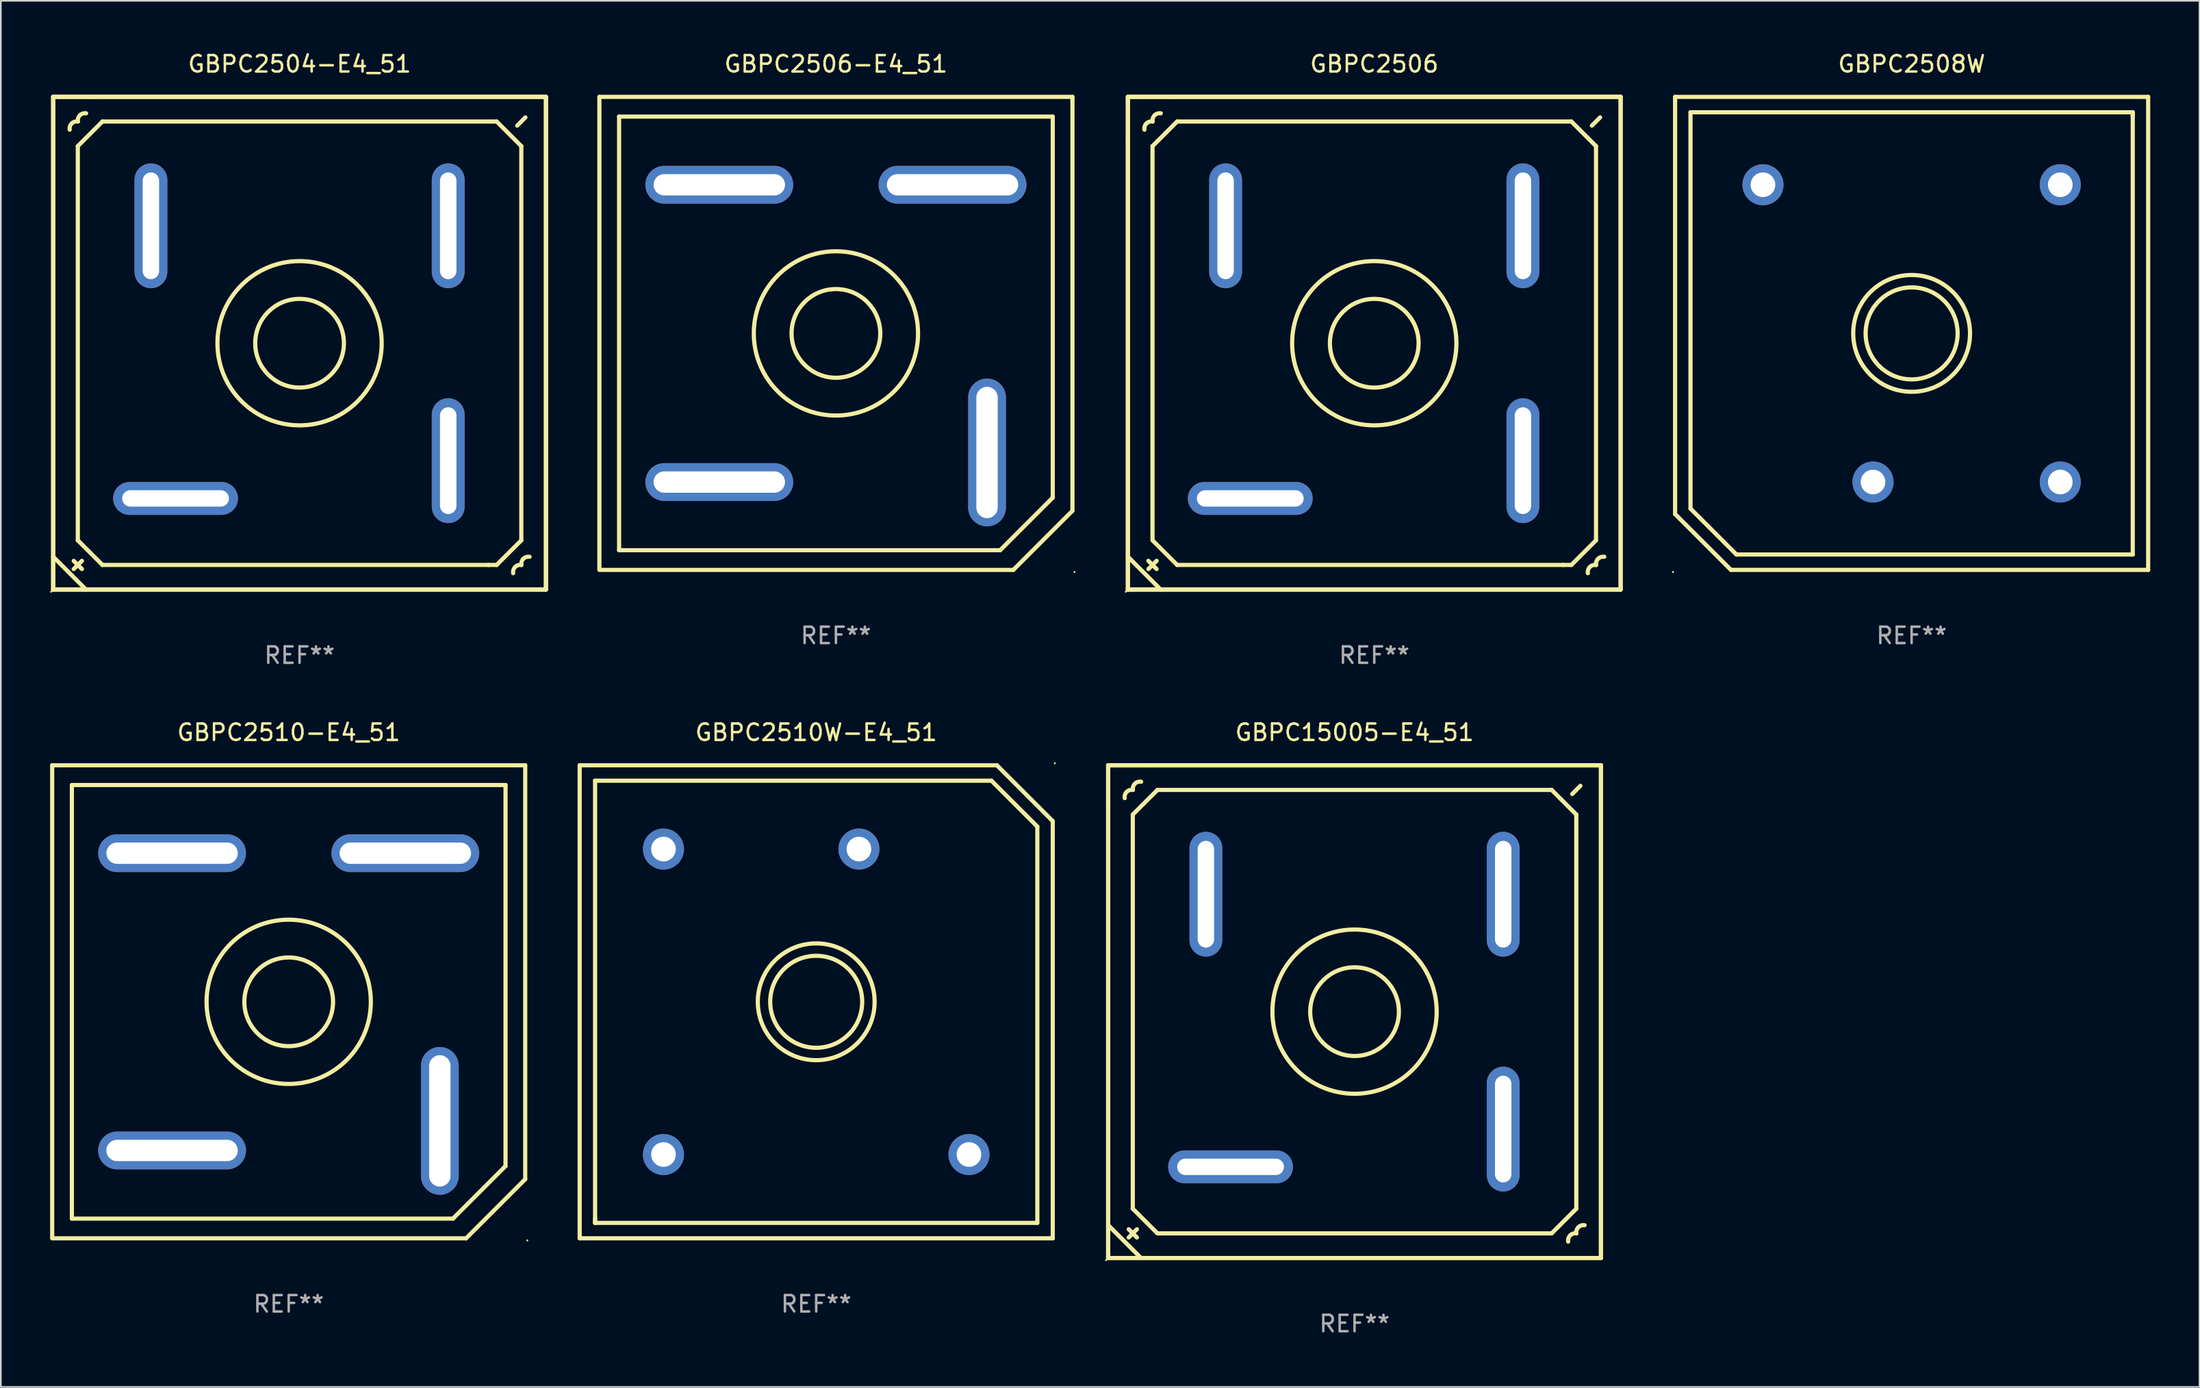
<source format=kicad_pcb>
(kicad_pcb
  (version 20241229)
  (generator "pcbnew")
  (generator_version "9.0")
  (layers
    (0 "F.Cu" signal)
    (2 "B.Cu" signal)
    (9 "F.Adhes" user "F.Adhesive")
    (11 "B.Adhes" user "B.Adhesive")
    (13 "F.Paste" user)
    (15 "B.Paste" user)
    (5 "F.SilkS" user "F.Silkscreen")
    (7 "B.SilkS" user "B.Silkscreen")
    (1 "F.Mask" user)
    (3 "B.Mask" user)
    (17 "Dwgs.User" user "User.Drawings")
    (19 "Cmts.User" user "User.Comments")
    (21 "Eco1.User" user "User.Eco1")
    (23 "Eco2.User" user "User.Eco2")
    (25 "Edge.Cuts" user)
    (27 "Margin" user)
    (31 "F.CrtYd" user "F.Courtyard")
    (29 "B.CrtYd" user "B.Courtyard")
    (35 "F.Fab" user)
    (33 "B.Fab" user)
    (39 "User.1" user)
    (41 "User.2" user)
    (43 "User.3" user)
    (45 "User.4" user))
  (footprint "GBPC2506"
    (layer "F.Cu")
    (at 80.614 17.849)
    (property "Reference" "GBPC2506" (at 0 -17.001 0) (layer "F.SilkS") (effects (font (size 1 1) (thickness 0.15))))
    (attr through_hole)
    (fp_line (start -15 -15.001) (end -12.5 -15.001) (stroke (width 0.254) (type solid)) (layer "F.SilkS"))
    (fp_line (start -15 -15.001) (end 15 -15.001) (stroke (width 0.254) (type solid)) (layer "F.SilkS"))
    (fp_line (start -15 -12.501) (end -15 -15.001) (stroke (width 0.254) (type solid)) (layer "F.SilkS"))
    (fp_line (start -15 14.999) (end -15 -15.001) (stroke (width 0.254) (type solid)) (layer "F.SilkS"))
    (fp_line (start -15 14.999) (end -15 -12.501) (stroke (width 0.254) (type solid)) (layer "F.SilkS"))
    (fp_line (start -14.999 12.999) (end -13 15.001) (stroke (width 0.254) (type solid)) (layer "F.SilkS"))
    (fp_line (start -13.75 13.749) (end -13.25 13.249) (stroke (width 0.254) (type solid)) (layer "F.SilkS"))
    (fp_line (start -13.5 -12.001) (end -12 -13.501) (stroke (width 0.254) (type solid)) (layer "F.SilkS"))
    (fp_line (start -13.5 11.999) (end -13.5 -12.001) (stroke (width 0.254) (type solid)) (layer "F.SilkS"))
    (fp_line (start -13.25 13.749) (end -13.75 13.249) (stroke (width 0.254) (type solid)) (layer "F.SilkS"))
    (fp_line (start -12.5 -15.001) (end 15 -15.001) (stroke (width 0.254) (type solid)) (layer "F.SilkS"))
    (fp_line (start -12 -13.501) (end 12 -13.501) (stroke (width 0.254) (type solid)) (layer "F.SilkS"))
    (fp_line (start -12 13.499) (end -13.5 11.999) (stroke (width 0.254) (type solid)) (layer "F.SilkS"))
    (fp_line (start 11.5 13.499) (end -12 13.499) (stroke (width 0.254) (type solid)) (layer "F.SilkS"))
    (fp_line (start 12 -13.501) (end 13.5 -12.001) (stroke (width 0.254) (type solid)) (layer "F.SilkS"))
    (fp_line (start 12 13.499) (end 11.5 13.499) (stroke (width 0.254) (type solid)) (layer "F.SilkS"))
    (fp_line (start 13.5 -12.001) (end 13.5 11.999) (stroke (width 0.254) (type solid)) (layer "F.SilkS"))
    (fp_line (start 13.5 11.999) (end 12 13.499) (stroke (width 0.254) (type solid)) (layer "F.SilkS"))
    (fp_line (start 13.75 -13.751) (end 13.25 -13.251) (stroke (width 0.254) (type solid)) (layer "F.SilkS"))
    (fp_line (start 15 -15.001) (end 15 14.999) (stroke (width 0.254) (type solid)) (layer "F.SilkS"))
    (fp_line (start 15 -15.001) (end 15 14.999) (stroke (width 0.254) (type solid)) (layer "F.SilkS"))
    (fp_line (start 15 14.999) (end -15 14.999) (stroke (width 0.254) (type solid)) (layer "F.SilkS"))
    (fp_line (start 15 14.999) (end -15 14.999) (stroke (width 0.254) (type solid)) (layer "F.SilkS"))
    (fp_arc (start -13.993167 -13.002413) (mid -13.872579 -13.381824) (end -13.493168 -13.502412) (stroke (width 0.254001) (type solid)) (layer "F.SilkS"))
    (fp_arc (start -13.494692 -13.500381) (mid -13.374103 -13.879793) (end -12.994691 -14.000381) (stroke (width 0.254001) (type solid)) (layer "F.SilkS"))
    (fp_arc (start 13.005131 14.000635) (mid 13.125719 13.621224) (end 13.50513 13.500636) (stroke (width 0.254001) (type solid)) (layer "F.SilkS"))
    (fp_arc (start 13.503606 13.502667) (mid 13.624195 13.123255) (end 14.003607 13.002667) (stroke (width 0.254001) (type solid)) (layer "F.SilkS"))
    (fp_circle (center -15.127 15.128) (end -15.097 15.128) (stroke (width 0.06) (type solid)) (fill no) (layer "F.SilkS"))
    (fp_circle (center 0 -0.001) (end 2.7 -0.001) (stroke (width 0.254) (type solid)) (fill no) (layer "F.SilkS"))
    (fp_circle (center 0 -0.001) (end 5 -0.001) (stroke (width 0.254) (type solid)) (fill no) (layer "F.SilkS"))
    (fp_text user "REF**" (at 0 19.001 0) (layer "F.Fab") (effects (font (size 1 1) (thickness 0.15))))
    (pad "1" thru_hole oval (at -7.55 9.449 270) (size 2 7.6) (drill oval 1 6.5) (layers "*.Cu" "*.Mask"))
    (pad "2" thru_hole oval (at -9.05 -7.151 180) (size 2 7.6) (drill oval 1 6.5) (layers "*.Cu" "*.Mask"))
    (pad "3" thru_hole oval (at 9.05 -7.151) (size 2 7.6) (drill oval 1 6.5) (layers "*.Cu" "*.Mask"))
    (pad "4" thru_hole oval (at 9.05 7.149) (size 2 7.6) (drill oval 1 6.5) (layers "*.Cu" "*.Mask")))
  (footprint "GBPC2506-E4_51"
    (layer "F.Cu")
    (at 47.84 17.249)
    (property "Reference" "GBPC2506-E4_51" (at 0 -16.401 0) (layer "F.SilkS") (effects (font (size 1 1) (thickness 0.15))))
    (attr through_hole)
    (fp_line (start -14.399 -14.401) (end -14.399 14.35) (stroke (width 0.254) (type solid)) (layer "F.SilkS"))
    (fp_line (start -14.399 -14.401) (end 14.399 -14.401) (stroke (width 0.254) (type solid)) (layer "F.SilkS"))
    (fp_line (start -13.2 -13.199) (end 13.2 -13.199) (stroke (width 0.254) (type solid)) (layer "F.SilkS"))
    (fp_line (start -13.2 13.201) (end -13.2 -13.199) (stroke (width 0.254) (type solid)) (layer "F.SilkS"))
    (fp_line (start 10 13.201) (end -13.2 13.201) (stroke (width 0.254) (type solid)) (layer "F.SilkS"))
    (fp_line (start 10.8 14.401) (end -14.399 14.401) (stroke (width 0.254) (type solid)) (layer "F.SilkS"))
    (fp_line (start 13.2 -13.199) (end 13.2 10.001) (stroke (width 0.254) (type solid)) (layer "F.SilkS"))
    (fp_line (start 13.2 10.001) (end 10 13.201) (stroke (width 0.254) (type solid)) (layer "F.SilkS"))
    (fp_line (start 14.399 -14.401) (end 14.399 10.801) (stroke (width 0.254) (type solid)) (layer "F.SilkS"))
    (fp_line (start 14.399 10.801) (end 10.8 14.401) (stroke (width 0.254) (type solid)) (layer "F.SilkS"))
    (fp_circle (center -0.000076 0.001) (end 2.7 0.001) (stroke (width 0.254) (type solid)) (fill no) (layer "F.SilkS"))
    (fp_circle (center -0.000076 0.001) (end 5 0.001) (stroke (width 0.254) (type solid)) (fill no) (layer "F.SilkS"))
    (fp_circle (center 14.526 14.528) (end 14.556 14.528) (stroke (width 0.06) (type solid)) (fill no) (layer "F.SilkS"))
    (fp_text user "REF**" (at 0 18.401 0) (layer "F.Fab") (effects (font (size 1 1) (thickness 0.15))))
    (pad "1" thru_hole oval (at 9.2 7.251 180) (size 2.3 9) (drill oval 1.3 8) (layers "*.Cu" "*.Mask"))
    (pad "2" thru_hole oval (at -7.1 9.051 90) (size 2.3 9) (drill oval 1.3 8) (layers "*.Cu" "*.Mask"))
    (pad "3" thru_hole oval (at 7.1 -9.049 270) (size 2.3 9) (drill oval 1.3 8) (layers "*.Cu" "*.Mask"))
    (pad "4" thru_hole oval (at -7.1 -9.049 270) (size 2.3 9) (drill oval 1.3 8) (layers "*.Cu" "*.Mask")))
  (footprint "GBPC2510W-E4_51"
    (layer "F.Cu")
    (at 46.64 57.946)
    (property "Reference" "GBPC2510W-E4_51" (at 0 -16.4 0) (layer "F.SilkS") (effects (font (size 1 1) (thickness 0.15))))
    (attr through_hole)
    (fp_line (start -14.4 14.4) (end 14.4 14.4) (stroke (width 0.254) (type solid)) (layer "F.SilkS"))
    (fp_line (start -14.4 14.4) (end -14.4 -14.4) (stroke (width 0.254) (type solid)) (layer "F.SilkS"))
    (fp_line (start -13.462 -13.462) (end 10.668 -13.462) (stroke (width 0.254) (type solid)) (layer "F.SilkS"))
    (fp_line (start -13.462 13.462) (end -13.462 -13.462) (stroke (width 0.254) (type solid)) (layer "F.SilkS"))
    (fp_line (start -13.462 13.462) (end -13.462 13.208) (stroke (width 0.254) (type solid)) (layer "F.SilkS"))
    (fp_line (start 10.668 -13.462) (end 13.462 -10.668) (stroke (width 0.254) (type solid)) (layer "F.SilkS"))
    (fp_line (start 11 -14.4) (end -14.4 -14.4) (stroke (width 0.254) (type solid)) (layer "F.SilkS"))
    (fp_line (start 11 -14.4) (end 14.4 -11) (stroke (width 0.254) (type solid)) (layer "F.SilkS"))
    (fp_line (start 13.462 -10.668) (end 13.462 13.462) (stroke (width 0.254) (type solid)) (layer "F.SilkS"))
    (fp_line (start 13.462 13.462) (end -13.462 13.462) (stroke (width 0.254) (type solid)) (layer "F.SilkS"))
    (fp_line (start 14.4 14.4) (end 14.4 -11) (stroke (width 0.254) (type solid)) (layer "F.SilkS"))
    (fp_circle (center 0 -0.000381) (end 2.8 -0.000381) (stroke (width 0.254) (type solid)) (fill no) (layer "F.SilkS"))
    (fp_circle (center 0 -0.000381) (end 3.556 -0.000381) (stroke (width 0.254) (type solid)) (fill no) (layer "F.SilkS"))
    (fp_circle (center 14.527 -14.527) (end 14.557 -14.527) (stroke (width 0.06) (type solid)) (fill no) (layer "F.SilkS"))
    (fp_text user "REF**" (at 0 18.4 0) (layer "F.Fab") (effects (font (size 1 1) (thickness 0.15))))
    (pad "1" thru_hole circle (at 2.601 -9.299) (size 2.5 2.5) (drill 1.5) (layers "*.Cu" "*.Mask"))
    (pad "2" thru_hole circle (at 9.299 9.299) (size 2.5 2.5) (drill 1.5) (layers "*.Cu" "*.Mask"))
    (pad "3" thru_hole circle (at -9.299 9.299) (size 2.5 2.5) (drill 1.5) (layers "*.Cu" "*.Mask"))
    (pad "4" thru_hole circle (at -9.299 -9.299) (size 2.5 2.5) (drill 1.5) (layers "*.Cu" "*.Mask")))
  (footprint "GBPC2510-E4_51"
    (layer "F.Cu")
    (at 14.526 57.947)
    (property "Reference" "GBPC2510-E4_51" (at 0 -16.401 0) (layer "F.SilkS") (effects (font (size 1 1) (thickness 0.15))))
    (attr through_hole)
    (fp_line (start -14.399 -14.401) (end -14.399 14.35) (stroke (width 0.254) (type solid)) (layer "F.SilkS"))
    (fp_line (start -14.399 -14.401) (end 14.399 -14.401) (stroke (width 0.254) (type solid)) (layer "F.SilkS"))
    (fp_line (start -13.2 -13.199) (end 13.2 -13.199) (stroke (width 0.254) (type solid)) (layer "F.SilkS"))
    (fp_line (start -13.2 13.201) (end -13.2 -13.199) (stroke (width 0.254) (type solid)) (layer "F.SilkS"))
    (fp_line (start 10 13.201) (end -13.2 13.201) (stroke (width 0.254) (type solid)) (layer "F.SilkS"))
    (fp_line (start 10.8 14.401) (end -14.399 14.401) (stroke (width 0.254) (type solid)) (layer "F.SilkS"))
    (fp_line (start 13.2 -13.199) (end 13.2 10.001) (stroke (width 0.254) (type solid)) (layer "F.SilkS"))
    (fp_line (start 13.2 10.001) (end 10 13.201) (stroke (width 0.254) (type solid)) (layer "F.SilkS"))
    (fp_line (start 14.399 -14.401) (end 14.399 10.801) (stroke (width 0.254) (type solid)) (layer "F.SilkS"))
    (fp_line (start 14.399 10.801) (end 10.8 14.401) (stroke (width 0.254) (type solid)) (layer "F.SilkS"))
    (fp_circle (center -0.000076 0.001) (end 2.7 0.001) (stroke (width 0.254) (type solid)) (fill no) (layer "F.SilkS"))
    (fp_circle (center -0.000076 0.001) (end 5 0.001) (stroke (width 0.254) (type solid)) (fill no) (layer "F.SilkS"))
    (fp_circle (center 14.526 14.528) (end 14.556 14.528) (stroke (width 0.06) (type solid)) (fill no) (layer "F.SilkS"))
    (fp_text user "REF**" (at 0 18.401 0) (layer "F.Fab") (effects (font (size 1 1) (thickness 0.15))))
    (pad "1" thru_hole oval (at 9.2 7.251 180) (size 2.3 9) (drill oval 1.3 8) (layers "*.Cu" "*.Mask"))
    (pad "2" thru_hole oval (at -7.1 9.051 90) (size 2.3 9) (drill oval 1.3 8) (layers "*.Cu" "*.Mask"))
    (pad "3" thru_hole oval (at 7.1 -9.049 270) (size 2.3 9) (drill oval 1.3 8) (layers "*.Cu" "*.Mask"))
    (pad "4" thru_hole oval (at -7.1 -9.049 270) (size 2.3 9) (drill oval 1.3 8) (layers "*.Cu" "*.Mask")))
  (footprint "GBPC2508W"
    (layer "F.Cu")
    (at 113.328 17.249)
    (property "Reference" "GBPC2508W" (at 0 -16.4 0) (layer "F.SilkS") (effects (font (size 1 1) (thickness 0.15))))
    (attr through_hole)
    (fp_line (start -14.4 -14.4) (end -14.4 11) (stroke (width 0.254) (type solid)) (layer "F.SilkS"))
    (fp_line (start -13.462 -13.462) (end 13.462 -13.462) (stroke (width 0.254) (type solid)) (layer "F.SilkS"))
    (fp_line (start -13.462 10.668) (end -13.462 -13.462) (stroke (width 0.254) (type solid)) (layer "F.SilkS"))
    (fp_line (start -11 14.4) (end -14.4 11) (stroke (width 0.254) (type solid)) (layer "F.SilkS"))
    (fp_line (start -11 14.4) (end 14.4 14.4) (stroke (width 0.254) (type solid)) (layer "F.SilkS"))
    (fp_line (start -10.668 13.462) (end -13.462 10.668) (stroke (width 0.254) (type solid)) (layer "F.SilkS"))
    (fp_line (start 13.462 -13.462) (end 13.462 -13.208) (stroke (width 0.254) (type solid)) (layer "F.SilkS"))
    (fp_line (start 13.462 -13.462) (end 13.462 13.462) (stroke (width 0.254) (type solid)) (layer "F.SilkS"))
    (fp_line (start 13.462 13.462) (end -10.668 13.462) (stroke (width 0.254) (type solid)) (layer "F.SilkS"))
    (fp_line (start 14.4 -14.4) (end 14.4 14.4) (stroke (width 0.254) (type solid)) (layer "F.SilkS"))
    (fp_line (start 14.4 -14.4) (end -14.4 -14.4) (stroke (width 0.254) (type solid)) (layer "F.SilkS"))
    (fp_circle (center -14.527 14.527) (end -14.497 14.527) (stroke (width 0.06) (type solid)) (fill no) (layer "F.SilkS"))
    (fp_circle (center -0.000025 0.000394) (end 2.8 0.000394) (stroke (width 0.254) (type solid)) (fill no) (layer "F.SilkS"))
    (fp_circle (center -0.000025 0.000394) (end 3.556 0.000394) (stroke (width 0.254) (type solid)) (fill no) (layer "F.SilkS"))
    (fp_text user "REF**" (at 0 18.4 0) (layer "F.Fab") (effects (font (size 1 1) (thickness 0.15))))
    (pad "1" thru_hole circle (at -2.35 9.05) (size 2.5 2.5) (drill 1.5) (layers "*.Cu" "*.Mask"))
    (pad "2" thru_hole circle (at -9.05 -9.05) (size 2.5 2.5) (drill 1.5) (layers "*.Cu" "*.Mask"))
    (pad "3" thru_hole circle (at 9.05 -9.05) (size 2.5 2.5) (drill 1.5) (layers "*.Cu" "*.Mask"))
    (pad "4" thru_hole circle (at 9.05 9.05) (size 2.5 2.5) (drill 1.5) (layers "*.Cu" "*.Mask")))
  (footprint "GBPC15005-E4_51"
    (layer "F.Cu")
    (at 79.414 58.547)
    (property "Reference" "GBPC15005-E4_51" (at 0 -17.001 0) (layer "F.SilkS") (effects (font (size 1 1) (thickness 0.15))))
    (attr through_hole)
    (fp_line (start -15 -15.001) (end -12.5 -15.001) (stroke (width 0.254) (type solid)) (layer "F.SilkS"))
    (fp_line (start -15 -15.001) (end 15 -15.001) (stroke (width 0.254) (type solid)) (layer "F.SilkS"))
    (fp_line (start -15 -12.501) (end -15 -15.001) (stroke (width 0.254) (type solid)) (layer "F.SilkS"))
    (fp_line (start -15 14.999) (end -15 -15.001) (stroke (width 0.254) (type solid)) (layer "F.SilkS"))
    (fp_line (start -15 14.999) (end -15 -12.501) (stroke (width 0.254) (type solid)) (layer "F.SilkS"))
    (fp_line (start -14.999 12.999) (end -13 15.001) (stroke (width 0.254) (type solid)) (layer "F.SilkS"))
    (fp_line (start -13.75 13.749) (end -13.25 13.249) (stroke (width 0.254) (type solid)) (layer "F.SilkS"))
    (fp_line (start -13.5 -12.001) (end -12 -13.501) (stroke (width 0.254) (type solid)) (layer "F.SilkS"))
    (fp_line (start -13.5 11.999) (end -13.5 -12.001) (stroke (width 0.254) (type solid)) (layer "F.SilkS"))
    (fp_line (start -13.25 13.749) (end -13.75 13.249) (stroke (width 0.254) (type solid)) (layer "F.SilkS"))
    (fp_line (start -12.5 -15.001) (end 15 -15.001) (stroke (width 0.254) (type solid)) (layer "F.SilkS"))
    (fp_line (start -12 -13.501) (end 12 -13.501) (stroke (width 0.254) (type solid)) (layer "F.SilkS"))
    (fp_line (start -12 13.499) (end -13.5 11.999) (stroke (width 0.254) (type solid)) (layer "F.SilkS"))
    (fp_line (start 11.5 13.499) (end -12 13.499) (stroke (width 0.254) (type solid)) (layer "F.SilkS"))
    (fp_line (start 12 -13.501) (end 13.5 -12.001) (stroke (width 0.254) (type solid)) (layer "F.SilkS"))
    (fp_line (start 12 13.499) (end 11.5 13.499) (stroke (width 0.254) (type solid)) (layer "F.SilkS"))
    (fp_line (start 13.5 -12.001) (end 13.5 11.999) (stroke (width 0.254) (type solid)) (layer "F.SilkS"))
    (fp_line (start 13.5 11.999) (end 12 13.499) (stroke (width 0.254) (type solid)) (layer "F.SilkS"))
    (fp_line (start 13.75 -13.751) (end 13.25 -13.251) (stroke (width 0.254) (type solid)) (layer "F.SilkS"))
    (fp_line (start 15 -15.001) (end 15 14.999) (stroke (width 0.254) (type solid)) (layer "F.SilkS"))
    (fp_line (start 15 -15.001) (end 15 14.999) (stroke (width 0.254) (type solid)) (layer "F.SilkS"))
    (fp_line (start 15 14.999) (end -15 14.999) (stroke (width 0.254) (type solid)) (layer "F.SilkS"))
    (fp_line (start 15 14.999) (end -15 14.999) (stroke (width 0.254) (type solid)) (layer "F.SilkS"))
    (fp_arc (start -13.993167 -13.002413) (mid -13.872579 -13.381824) (end -13.493168 -13.502412) (stroke (width 0.254001) (type solid)) (layer "F.SilkS"))
    (fp_arc (start -13.494692 -13.500381) (mid -13.374103 -13.879793) (end -12.994691 -14.000381) (stroke (width 0.254001) (type solid)) (layer "F.SilkS"))
    (fp_arc (start 13.005131 14.000635) (mid 13.125719 13.621224) (end 13.50513 13.500636) (stroke (width 0.254001) (type solid)) (layer "F.SilkS"))
    (fp_arc (start 13.503606 13.502667) (mid 13.624195 13.123255) (end 14.003607 13.002667) (stroke (width 0.254001) (type solid)) (layer "F.SilkS"))
    (fp_circle (center -15.127 15.128) (end -15.097 15.128) (stroke (width 0.06) (type solid)) (fill no) (layer "F.SilkS"))
    (fp_circle (center 0 -0.001) (end 2.7 -0.001) (stroke (width 0.254) (type solid)) (fill no) (layer "F.SilkS"))
    (fp_circle (center 0 -0.001) (end 5 -0.001) (stroke (width 0.254) (type solid)) (fill no) (layer "F.SilkS"))
    (fp_text user "REF**" (at 0 19.001 0) (layer "F.Fab") (effects (font (size 1 1) (thickness 0.15))))
    (pad "1" thru_hole oval (at -7.55 9.449 270) (size 2 7.6) (drill oval 1 6.5) (layers "*.Cu" "*.Mask"))
    (pad "2" thru_hole oval (at -9.05 -7.151 180) (size 2 7.6) (drill oval 1 6.5) (layers "*.Cu" "*.Mask"))
    (pad "3" thru_hole oval (at 9.05 -7.151) (size 2 7.6) (drill oval 1 6.5) (layers "*.Cu" "*.Mask"))
    (pad "4" thru_hole oval (at 9.05 7.149) (size 2 7.6) (drill oval 1 6.5) (layers "*.Cu" "*.Mask")))
  (footprint "GBPC2504-E4_51"
    (layer "F.Cu")
    (at 15.187 17.849)
    (property "Reference" "GBPC2504-E4_51" (at 0 -17.001 0) (layer "F.SilkS") (effects (font (size 1 1) (thickness 0.15))))
    (attr through_hole)
    (fp_line (start -15 -15.001) (end -12.5 -15.001) (stroke (width 0.254) (type solid)) (layer "F.SilkS"))
    (fp_line (start -15 -15.001) (end 15 -15.001) (stroke (width 0.254) (type solid)) (layer "F.SilkS"))
    (fp_line (start -15 -12.501) (end -15 -15.001) (stroke (width 0.254) (type solid)) (layer "F.SilkS"))
    (fp_line (start -15 14.999) (end -15 -15.001) (stroke (width 0.254) (type solid)) (layer "F.SilkS"))
    (fp_line (start -15 14.999) (end -15 -12.501) (stroke (width 0.254) (type solid)) (layer "F.SilkS"))
    (fp_line (start -14.999 12.999) (end -13 15.001) (stroke (width 0.254) (type solid)) (layer "F.SilkS"))
    (fp_line (start -13.75 13.749) (end -13.25 13.249) (stroke (width 0.254) (type solid)) (layer "F.SilkS"))
    (fp_line (start -13.5 -12.001) (end -12 -13.501) (stroke (width 0.254) (type solid)) (layer "F.SilkS"))
    (fp_line (start -13.5 11.999) (end -13.5 -12.001) (stroke (width 0.254) (type solid)) (layer "F.SilkS"))
    (fp_line (start -13.25 13.749) (end -13.75 13.249) (stroke (width 0.254) (type solid)) (layer "F.SilkS"))
    (fp_line (start -12.5 -15.001) (end 15 -15.001) (stroke (width 0.254) (type solid)) (layer "F.SilkS"))
    (fp_line (start -12 -13.501) (end 12 -13.501) (stroke (width 0.254) (type solid)) (layer "F.SilkS"))
    (fp_line (start -12 13.499) (end -13.5 11.999) (stroke (width 0.254) (type solid)) (layer "F.SilkS"))
    (fp_line (start 11.5 13.499) (end -12 13.499) (stroke (width 0.254) (type solid)) (layer "F.SilkS"))
    (fp_line (start 12 -13.501) (end 13.5 -12.001) (stroke (width 0.254) (type solid)) (layer "F.SilkS"))
    (fp_line (start 12 13.499) (end 11.5 13.499) (stroke (width 0.254) (type solid)) (layer "F.SilkS"))
    (fp_line (start 13.5 -12.001) (end 13.5 11.999) (stroke (width 0.254) (type solid)) (layer "F.SilkS"))
    (fp_line (start 13.5 11.999) (end 12 13.499) (stroke (width 0.254) (type solid)) (layer "F.SilkS"))
    (fp_line (start 13.75 -13.751) (end 13.25 -13.251) (stroke (width 0.254) (type solid)) (layer "F.SilkS"))
    (fp_line (start 15 -15.001) (end 15 14.999) (stroke (width 0.254) (type solid)) (layer "F.SilkS"))
    (fp_line (start 15 -15.001) (end 15 14.999) (stroke (width 0.254) (type solid)) (layer "F.SilkS"))
    (fp_line (start 15 14.999) (end -15 14.999) (stroke (width 0.254) (type solid)) (layer "F.SilkS"))
    (fp_line (start 15 14.999) (end -15 14.999) (stroke (width 0.254) (type solid)) (layer "F.SilkS"))
    (fp_arc (start -13.993167 -13.002413) (mid -13.872579 -13.381824) (end -13.493168 -13.502412) (stroke (width 0.254001) (type solid)) (layer "F.SilkS"))
    (fp_arc (start -13.494692 -13.500381) (mid -13.374103 -13.879793) (end -12.994691 -14.000381) (stroke (width 0.254001) (type solid)) (layer "F.SilkS"))
    (fp_arc (start 13.005131 14.000635) (mid 13.125719 13.621224) (end 13.50513 13.500636) (stroke (width 0.254001) (type solid)) (layer "F.SilkS"))
    (fp_arc (start 13.503606 13.502667) (mid 13.624195 13.123255) (end 14.003607 13.002667) (stroke (width 0.254001) (type solid)) (layer "F.SilkS"))
    (fp_circle (center -15.127 15.128) (end -15.097 15.128) (stroke (width 0.06) (type solid)) (fill no) (layer "F.SilkS"))
    (fp_circle (center 0 -0.001) (end 2.7 -0.001) (stroke (width 0.254) (type solid)) (fill no) (layer "F.SilkS"))
    (fp_circle (center 0 -0.001) (end 5 -0.001) (stroke (width 0.254) (type solid)) (fill no) (layer "F.SilkS"))
    (fp_text user "REF**" (at 0 19.001 0) (layer "F.Fab") (effects (font (size 1 1) (thickness 0.15))))
    (pad "1" thru_hole oval (at -7.55 9.449 270) (size 2 7.6) (drill oval 1 6.5) (layers "*.Cu" "*.Mask"))
    (pad "2" thru_hole oval (at -9.05 -7.151 180) (size 2 7.6) (drill oval 1 6.5) (layers "*.Cu" "*.Mask"))
    (pad "3" thru_hole oval (at 9.05 -7.151) (size 2 7.6) (drill oval 1 6.5) (layers "*.Cu" "*.Mask"))
    (pad "4" thru_hole oval (at 9.05 7.149) (size 2 7.6) (drill oval 1 6.5) (layers "*.Cu" "*.Mask")))
  (gr_rect
    (start -3 -3)
    (end 130.855 81.396)
    (stroke (width 0.1) (type default))
    (fill no)
    (layer "Edge.Cuts")))
</source>
